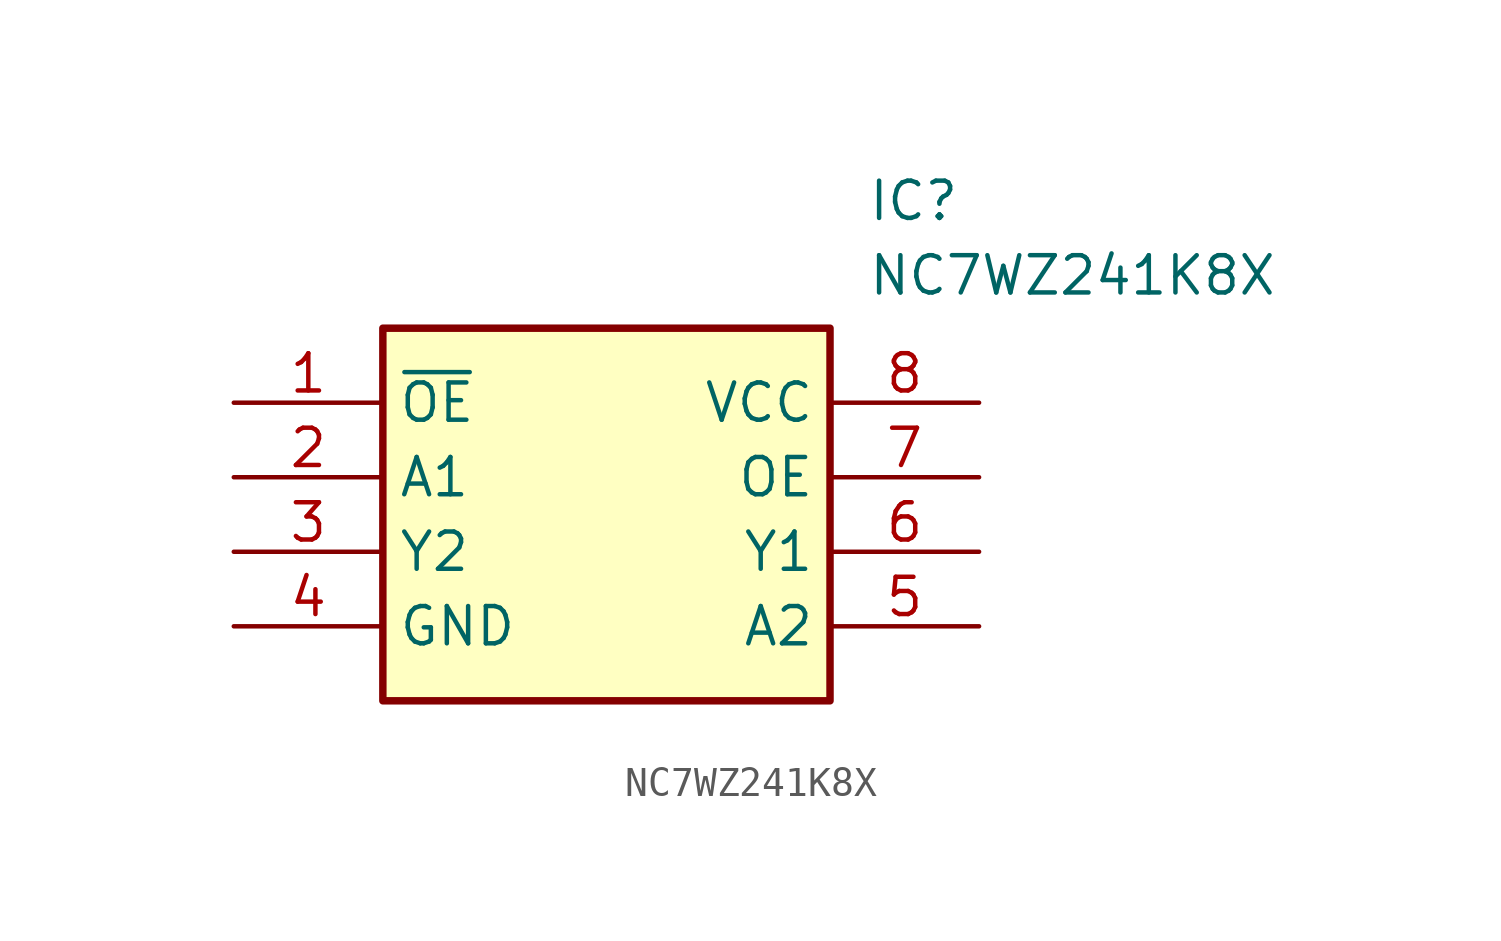
<source format=kicad_sym>
(kicad_symbol_lib
  (version 20211014)
  (generator SamacSys_ECAD_Model)
  (symbol "NC7WZ241K8X"
    (property "Reference" "IC"
      (at 21.59 7.62 0)
      (effects (font (size 1.27 1.27)) (justify left top)))
    (property "Value" "NC7WZ241K8X"
      (at 21.59 5.08 0)
      (effects (font (size 1.27 1.27)) (justify left top)))
    (rectangle
      (start 5.08 2.54)
      (end 20.32 -10.16)
      (stroke (width 0.254) (type default))
      (fill (type background)))
    (pin passive line
      (at 0 0 0)
      (length 5.08)
      (name "~{OE}" (effects (font (size 1.27 1.27))))
      (number "1" (effects (font (size 1.27 1.27)))))
    (pin passive line
      (at 0 -2.54 0)
      (length 5.08)
      (name "A1" (effects (font (size 1.27 1.27))))
      (number "2" (effects (font (size 1.27 1.27)))))
    (pin passive line
      (at 0 -5.08 0)
      (length 5.08)
      (name "Y2" (effects (font (size 1.27 1.27))))
      (number "3" (effects (font (size 1.27 1.27)))))
    (pin passive line
      (at 0 -7.62 0)
      (length 5.08)
      (name "GND" (effects (font (size 1.27 1.27))))
      (number "4" (effects (font (size 1.27 1.27)))))
    (pin passive line
      (at 25.4 0 180)
      (length 5.08)
      (name "VCC" (effects (font (size 1.27 1.27))))
      (number "8" (effects (font (size 1.27 1.27)))))
    (pin passive line
      (at 25.4 -2.54 180)
      (length 5.08)
      (name "OE" (effects (font (size 1.27 1.27))))
      (number "7" (effects (font (size 1.27 1.27)))))
    (pin passive line
      (at 25.4 -5.08 180)
      (length 5.08)
      (name "Y1" (effects (font (size 1.27 1.27))))
      (number "6" (effects (font (size 1.27 1.27)))))
    (pin passive line
      (at 25.4 -7.62 180)
      (length 5.08)
      (name "A2" (effects (font (size 1.27 1.27))))
      (number "5" (effects (font (size 1.27 1.27)))))))
</source>
